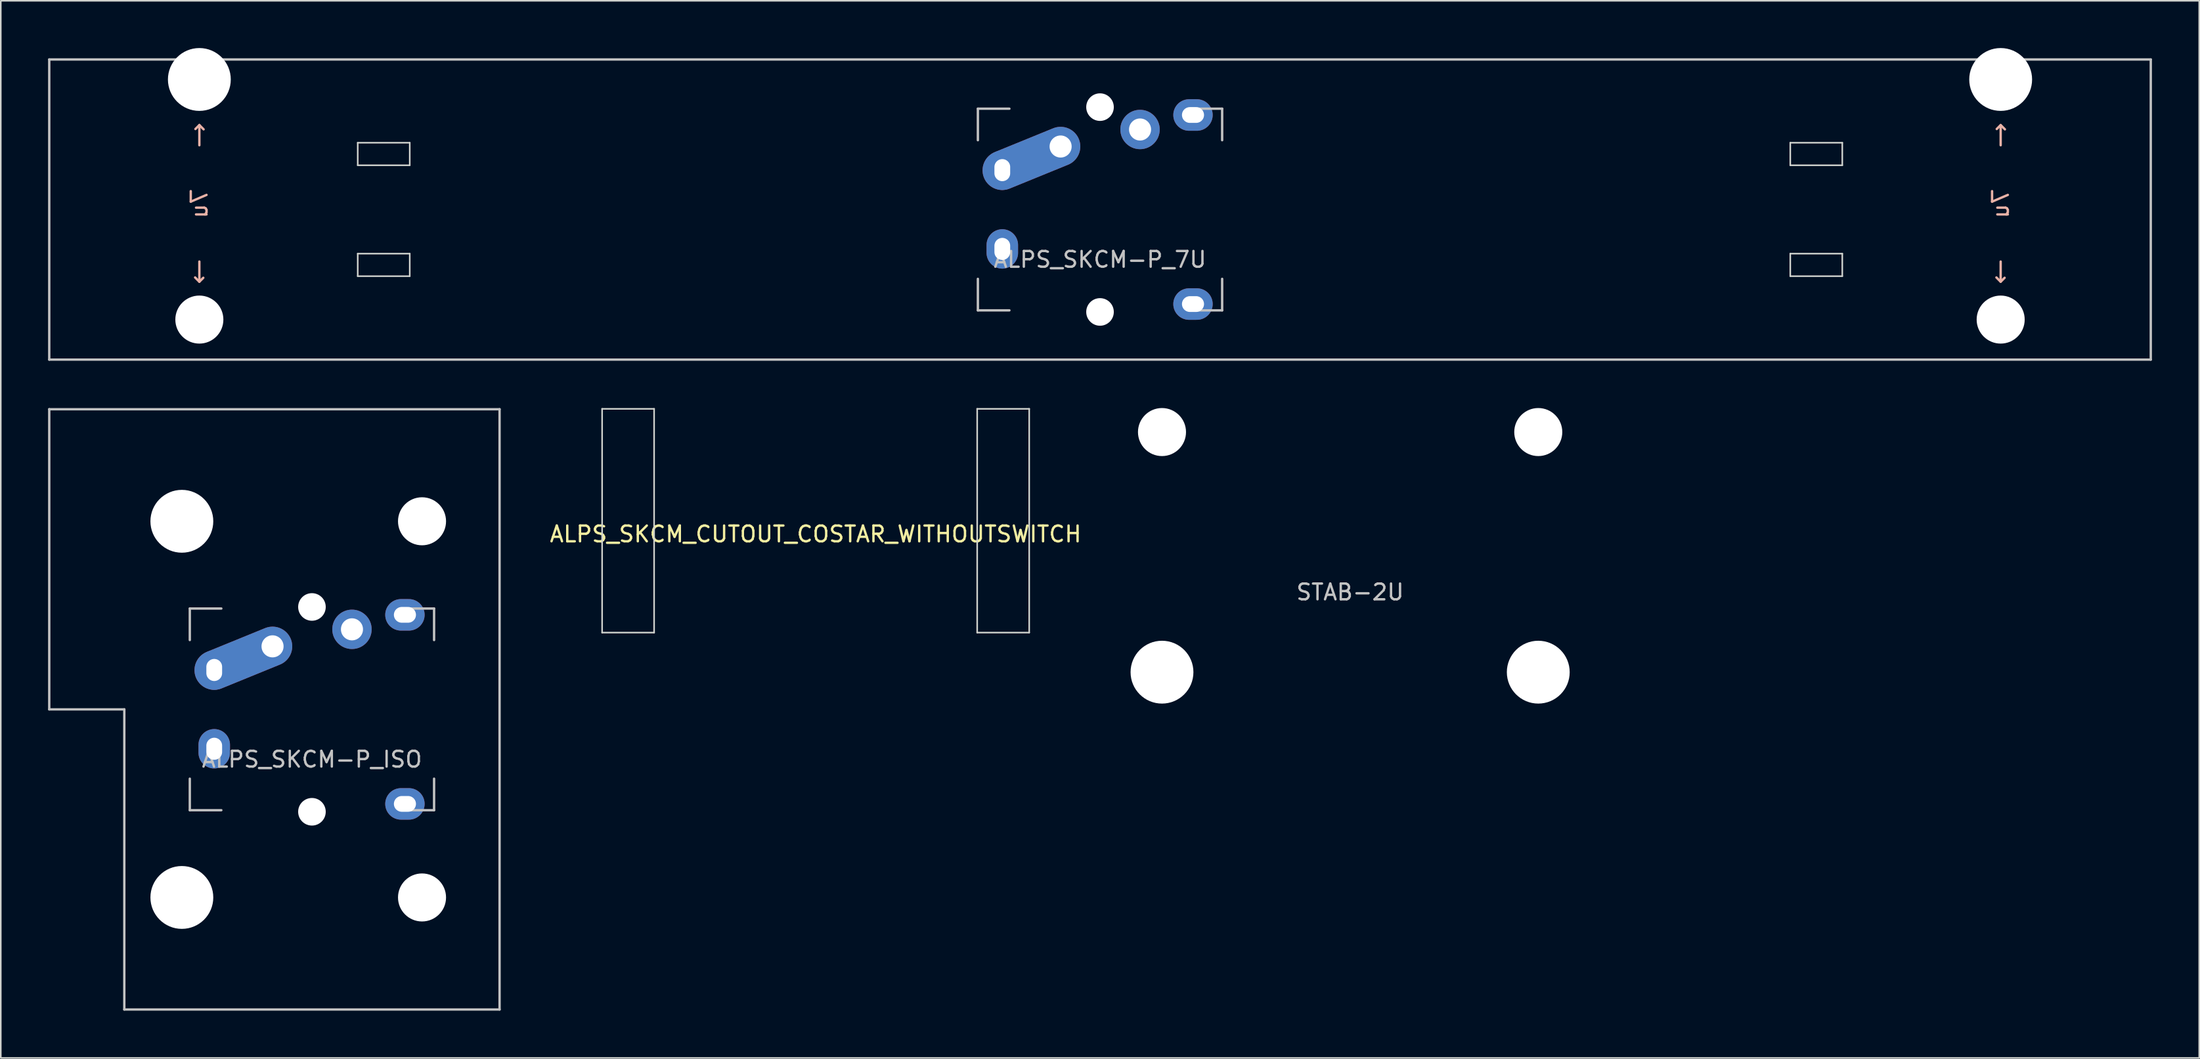
<source format=kicad_pcb>
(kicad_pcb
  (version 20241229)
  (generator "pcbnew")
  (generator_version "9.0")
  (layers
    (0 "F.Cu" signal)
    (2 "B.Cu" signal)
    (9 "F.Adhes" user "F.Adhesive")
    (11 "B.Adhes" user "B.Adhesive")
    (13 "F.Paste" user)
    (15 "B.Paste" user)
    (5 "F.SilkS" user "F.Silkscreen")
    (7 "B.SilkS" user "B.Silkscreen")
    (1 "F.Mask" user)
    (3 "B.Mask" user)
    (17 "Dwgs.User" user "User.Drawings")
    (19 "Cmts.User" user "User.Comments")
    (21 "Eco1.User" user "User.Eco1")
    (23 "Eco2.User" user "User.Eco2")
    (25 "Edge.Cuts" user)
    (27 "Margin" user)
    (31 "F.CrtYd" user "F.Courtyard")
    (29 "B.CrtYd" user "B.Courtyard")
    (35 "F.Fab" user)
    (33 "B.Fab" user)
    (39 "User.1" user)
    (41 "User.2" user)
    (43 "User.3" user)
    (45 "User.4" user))
  (footprint "ALPS_SKCM-P_7U"
    (layer "F.Cu")
    (at 66.75 10.249)
    (property "Reference" "ALPS_SKCM-P_7U" (at 0 3.175 0) (layer "Dwgs.User") (effects (font (size 1 1) (thickness 0.15))))
    (attr through_hole)
    (fp_line (start -57.15 -5.36) (end -57.4 -5.11) (stroke (width 0.15) (type solid)) (layer "B.SilkS"))
    (fp_line (start -57.15 -5.36) (end -56.88 -5.09) (stroke (width 0.15) (type solid)) (layer "B.SilkS"))
    (fp_line (start -57.15 -4.08) (end -57.15 -5.36) (stroke (width 0.15) (type solid)) (layer "B.SilkS"))
    (fp_line (start -57.15 4.556) (end -57.15 3.302) (stroke (width 0.15) (type solid)) (layer "B.SilkS"))
    (fp_line (start -57.15 4.582) (end -57.42 4.312) (stroke (width 0.15) (type solid)) (layer "B.SilkS"))
    (fp_line (start -57.15 4.582) (end -56.9 4.332) (stroke (width 0.15) (type solid)) (layer "B.SilkS"))
    (fp_line (start 57.15 -5.36) (end 56.9 -5.11) (stroke (width 0.15) (type solid)) (layer "B.SilkS"))
    (fp_line (start 57.15 -5.36) (end 57.42 -5.09) (stroke (width 0.15) (type solid)) (layer "B.SilkS"))
    (fp_line (start 57.15 -4.08) (end 57.15 -5.334) (stroke (width 0.15) (type solid)) (layer "B.SilkS"))
    (fp_line (start 57.15 4.556) (end 57.15 3.302) (stroke (width 0.15) (type solid)) (layer "B.SilkS"))
    (fp_line (start 57.15 4.582) (end 56.88 4.312) (stroke (width 0.15) (type solid)) (layer "B.SilkS"))
    (fp_line (start 57.15 4.582) (end 57.4 4.332) (stroke (width 0.15) (type solid)) (layer "B.SilkS"))
    (fp_line (start -66.675 -9.525) (end 66.675 -9.525) (stroke (width 0.15) (type solid)) (layer "Dwgs.User"))
    (fp_line (start -66.675 9.525) (end -66.675 -9.525) (stroke (width 0.15) (type solid)) (layer "Dwgs.User"))
    (fp_line (start -66.675 9.525) (end 66.675 9.525) (stroke (width 0.15) (type solid)) (layer "Dwgs.User"))
    (fp_line (start -7.75 -6.4) (end -5.75 -6.4) (stroke (width 0.15) (type solid)) (layer "Dwgs.User"))
    (fp_line (start -7.75 -4.4) (end -7.75 -6.4) (stroke (width 0.15) (type solid)) (layer "Dwgs.User"))
    (fp_line (start -7.75 6.4) (end -7.75 4.4) (stroke (width 0.15) (type solid)) (layer "Dwgs.User"))
    (fp_line (start -7.75 6.4) (end -5.75 6.4) (stroke (width 0.15) (type solid)) (layer "Dwgs.User"))
    (fp_line (start 5.75 -6.4) (end 7.75 -6.4) (stroke (width 0.15) (type solid)) (layer "Dwgs.User"))
    (fp_line (start 5.75 6.4) (end 7.75 6.4) (stroke (width 0.15) (type solid)) (layer "Dwgs.User"))
    (fp_line (start 7.75 -4.4) (end 7.75 -6.4) (stroke (width 0.15) (type solid)) (layer "Dwgs.User"))
    (fp_line (start 7.75 6.4) (end 7.75 4.4) (stroke (width 0.15) (type solid)) (layer "Dwgs.User"))
    (fp_line (start 66.675 -9.525) (end 66.675 9.525) (stroke (width 0.15) (type solid)) (layer "Dwgs.User"))
    (fp_line (start -47.1 -4.24) (end -47.1 -2.81) (stroke (width 0.1) (type solid)) (layer "Edge.Cuts"))
    (fp_line (start -47.1 4.23) (end -47.1 2.8) (stroke (width 0.1) (type solid)) (layer "Edge.Cuts"))
    (fp_line (start -43.8 -4.24) (end -47.1 -4.24) (stroke (width 0.1) (type solid)) (layer "Edge.Cuts"))
    (fp_line (start -43.8 -4.24) (end -43.8 -2.81) (stroke (width 0.1) (type solid)) (layer "Edge.Cuts"))
    (fp_line (start -43.8 -2.81) (end -47.1 -2.81) (stroke (width 0.1) (type solid)) (layer "Edge.Cuts"))
    (fp_line (start -43.8 2.8) (end -47.1 2.8) (stroke (width 0.1) (type solid)) (layer "Edge.Cuts"))
    (fp_line (start -43.8 4.23) (end -47.1 4.23) (stroke (width 0.1) (type solid)) (layer "Edge.Cuts"))
    (fp_line (start -43.8 4.23) (end -43.8 2.8) (stroke (width 0.1) (type solid)) (layer "Edge.Cuts"))
    (fp_line (start 43.8 -4.24) (end 43.8 -2.81) (stroke (width 0.1) (type solid)) (layer "Edge.Cuts"))
    (fp_line (start 43.8 -4.24) (end 47.1 -4.24) (stroke (width 0.1) (type solid)) (layer "Edge.Cuts"))
    (fp_line (start 43.8 -2.81) (end 47.1 -2.81) (stroke (width 0.1) (type solid)) (layer "Edge.Cuts"))
    (fp_line (start 43.8 2.8) (end 47.1 2.8) (stroke (width 0.1) (type solid)) (layer "Edge.Cuts"))
    (fp_line (start 43.8 4.23) (end 43.8 2.8) (stroke (width 0.1) (type solid)) (layer "Edge.Cuts"))
    (fp_line (start 43.8 4.23) (end 47.1 4.23) (stroke (width 0.1) (type solid)) (layer "Edge.Cuts"))
    (fp_line (start 47.1 -4.24) (end 47.1 -2.81) (stroke (width 0.1) (type solid)) (layer "Edge.Cuts"))
    (fp_line (start 47.1 4.23) (end 47.1 2.8) (stroke (width 0.1) (type solid)) (layer "Edge.Cuts"))
    (fp_text user "7u" (at -57.15 -0.381 270) (layer "B.SilkS") (effects (font (size 1 1) (thickness 0.15)) (justify mirror)))
    (fp_text user "7u" (at 57.15 -0.381 270) (layer "B.SilkS") (effects (font (size 1 1) (thickness 0.15)) (justify mirror)))
    (pad "" np_thru_hole circle (at -57.15 -8.255) (size 3.988 3.988) (drill 3.988) (layers "*.Cu" "*.Mask"))
    (pad "" np_thru_hole circle (at -57.15 6.985) (size 3.048 3.048) (drill 3.048) (layers "*.Cu" "*.Mask"))
    (pad "" np_thru_hole circle (at 0 -6.5) (size 1.75 1.75) (drill 1.75) (layers "*.Cu" "*.Mask"))
    (pad "" np_thru_hole circle (at 0 6.5 90) (size 1.75 1.75) (drill 1.75) (layers "*.Cu" "*.Mask"))
    (pad "" np_thru_hole circle (at 57.15 -8.255) (size 3.988 3.988) (drill 3.988) (layers "*.Cu" "*.Mask"))
    (pad "" np_thru_hole circle (at 57.15 6.985) (size 3.048 3.048) (drill 3.048) (layers "*.Cu" "*.Mask"))
    (pad "1" thru_hole oval (at -6.2 -2.5 180) (size 2 2.5) (drill oval 1 1.4) (layers "*.Cu" "*.Mask"))
    (pad "1" thru_hole oval (at -2.5 -4 22.2) (size 6.5 2.5) (drill 1.4 (offset -2 0)) (layers "*.Cu" "*.Mask"))
    (pad "2" thru_hole oval (at -6.2 2.5 90) (size 2.5 2) (drill oval 1.4 1) (layers "*.Cu" "*.Mask"))
    (pad "2" thru_hole circle (at 2.54 -5.08 270) (size 2.5 2.5) (drill 1.4) (layers "*.Cu" "*.Mask"))
    (pad "NC" thru_hole oval (at 5.9 -6 180) (size 2.5 2) (drill oval 1.4 1) (layers "*.Cu" "*.Mask"))
    (pad "NC" thru_hole oval (at 5.9 6 180) (size 2.5 2) (drill oval 1.4 1) (layers "*.Cu" "*.Mask")))
  (footprint "STAB-2U"
    (layer "F.Cu")
    (at 82.621 31.358)
    (property "Reference" "STAB-2U" (at 0 3.175 0) (layer "Dwgs.User") (effects (font (size 1 1) (thickness 0.15))))
    (attr through_hole)
    (pad "" np_thru_hole circle (at -11.938 -6.985) (size 3.048 3.048) (drill 3.048) (layers "*.Cu" "*.Mask"))
    (pad "" np_thru_hole circle (at -11.938 8.255) (size 3.988 3.988) (drill 3.988) (layers "*.Cu" "*.Mask"))
    (pad "" np_thru_hole circle (at 11.938 -6.985) (size 3.048 3.048) (drill 3.048) (layers "*.Cu" "*.Mask"))
    (pad "" np_thru_hole circle (at 11.938 8.255) (size 3.988 3.988) (drill 3.988) (layers "*.Cu" "*.Mask")))
  (footprint "ALPS_SKCM_CUTOUT_COSTAR_WITHOUTSWITCH"
    (layer "F.Cu")
    (at 48.707 29.351)
    (property "Reference" "ALPS_SKCM_CUTOUT_COSTAR_WITHOUTSWITCH" (at 0 1.5 0) (layer "F.SilkS") (effects (font (size 1 1) (thickness 0.15))))
    (attr through_hole)
    (fp_line (start -13.55 -6.452) (end -10.251 -6.452) (stroke (width 0.1) (type solid)) (layer "Edge.Cuts"))
    (fp_line (start -13.55 7.751) (end -13.55 -6.452) (stroke (width 0.1) (type solid)) (layer "Edge.Cuts"))
    (fp_line (start -10.251 -6.452) (end -10.251 7.751) (stroke (width 0.1) (type solid)) (layer "Edge.Cuts"))
    (fp_line (start -10.251 7.751) (end -13.55 7.751) (stroke (width 0.1) (type solid)) (layer "Edge.Cuts"))
    (fp_line (start 10.249 -6.452) (end 13.55 -6.452) (stroke (width 0.1) (type solid)) (layer "Edge.Cuts"))
    (fp_line (start 10.249 7.751) (end 10.249 -6.452) (stroke (width 0.1) (type solid)) (layer "Edge.Cuts"))
    (fp_line (start 13.55 -6.452) (end 13.55 7.751) (stroke (width 0.1) (type solid)) (layer "Edge.Cuts"))
    (fp_line (start 13.55 7.751) (end 10.249 7.751) (stroke (width 0.1) (type solid)) (layer "Edge.Cuts")))
  (footprint "ALPS_SKCM-P_ISO"
    (layer "F.Cu")
    (at 16.744 41.974)
    (property "Reference" "ALPS_SKCM-P_ISO" (at 0 3.175 0) (layer "Dwgs.User") (effects (font (size 1 1) (thickness 0.15))))
    (attr through_hole)
    (fp_line (start -16.669 -19.05) (end -16.669 0) (stroke (width 0.15) (type solid)) (layer "Dwgs.User"))
    (fp_line (start -16.669 -19.05) (end 11.906 -19.05) (stroke (width 0.15) (type solid)) (layer "Dwgs.User"))
    (fp_line (start -11.906 0) (end -16.669 0) (stroke (width 0.15) (type solid)) (layer "Dwgs.User"))
    (fp_line (start -11.906 19.05) (end -11.906 0) (stroke (width 0.15) (type solid)) (layer "Dwgs.User"))
    (fp_line (start -11.906 19.05) (end 11.906 19.05) (stroke (width 0.15) (type solid)) (layer "Dwgs.User"))
    (fp_line (start -7.75 -6.4) (end -5.75 -6.4) (stroke (width 0.15) (type solid)) (layer "Dwgs.User"))
    (fp_line (start -7.75 -4.4) (end -7.75 -6.4) (stroke (width 0.15) (type solid)) (layer "Dwgs.User"))
    (fp_line (start -7.75 6.4) (end -7.75 4.4) (stroke (width 0.15) (type solid)) (layer "Dwgs.User"))
    (fp_line (start -7.75 6.4) (end -5.75 6.4) (stroke (width 0.15) (type solid)) (layer "Dwgs.User"))
    (fp_line (start 5.75 -6.4) (end 7.75 -6.4) (stroke (width 0.15) (type solid)) (layer "Dwgs.User"))
    (fp_line (start 5.75 6.4) (end 7.75 6.4) (stroke (width 0.15) (type solid)) (layer "Dwgs.User"))
    (fp_line (start 7.75 -4.4) (end 7.75 -6.4) (stroke (width 0.15) (type solid)) (layer "Dwgs.User"))
    (fp_line (start 7.75 6.4) (end 7.75 4.4) (stroke (width 0.15) (type solid)) (layer "Dwgs.User"))
    (fp_line (start 11.906 -19.05) (end 11.906 19.05) (stroke (width 0.15) (type solid)) (layer "Dwgs.User"))
    (pad "" np_thru_hole circle (at -8.255 -11.938) (size 3.988 3.988) (drill 3.988) (layers "*.Cu" "*.Mask"))
    (pad "" np_thru_hole circle (at -8.255 11.938) (size 3.988 3.988) (drill 3.988) (layers "*.Cu" "*.Mask"))
    (pad "" np_thru_hole circle (at 0 -6.5) (size 1.75 1.75) (drill 1.75) (layers "*.Cu" "*.Mask"))
    (pad "" np_thru_hole circle (at 0 6.5 90) (size 1.75 1.75) (drill 1.75) (layers "*.Cu" "*.Mask"))
    (pad "" np_thru_hole circle (at 6.985 -11.938) (size 3.048 3.048) (drill 3.048) (layers "*.Cu" "*.Mask"))
    (pad "" np_thru_hole circle (at 6.985 11.938) (size 3.048 3.048) (drill 3.048) (layers "*.Cu" "*.Mask"))
    (pad "1" thru_hole oval (at -6.2 -2.5 180) (size 2 2.5) (drill oval 1 1.4) (layers "*.Cu" "*.Mask"))
    (pad "1" thru_hole oval (at -2.5 -4 22.2) (size 6.5 2.5) (drill 1.4 (offset -2 0)) (layers "*.Cu" "*.Mask"))
    (pad "2" thru_hole oval (at -6.2 2.5 90) (size 2.5 2) (drill oval 1.4 1) (layers "*.Cu" "*.Mask"))
    (pad "2" thru_hole circle (at 2.54 -5.08 270) (size 2.5 2.5) (drill 1.4) (layers "*.Cu" "*.Mask"))
    (pad "NC" thru_hole oval (at 5.9 -6 180) (size 2.5 2) (drill oval 1.4 1) (layers "*.Cu" "*.Mask"))
    (pad "NC" thru_hole oval (at 5.9 6 180) (size 2.5 2) (drill oval 1.4 1) (layers "*.Cu" "*.Mask")))
  (gr_rect
    (start -3 -3)
    (end 136.5 64.099)
    (stroke (width 0.1) (type default))
    (fill no)
    (layer "Edge.Cuts")))
</source>
